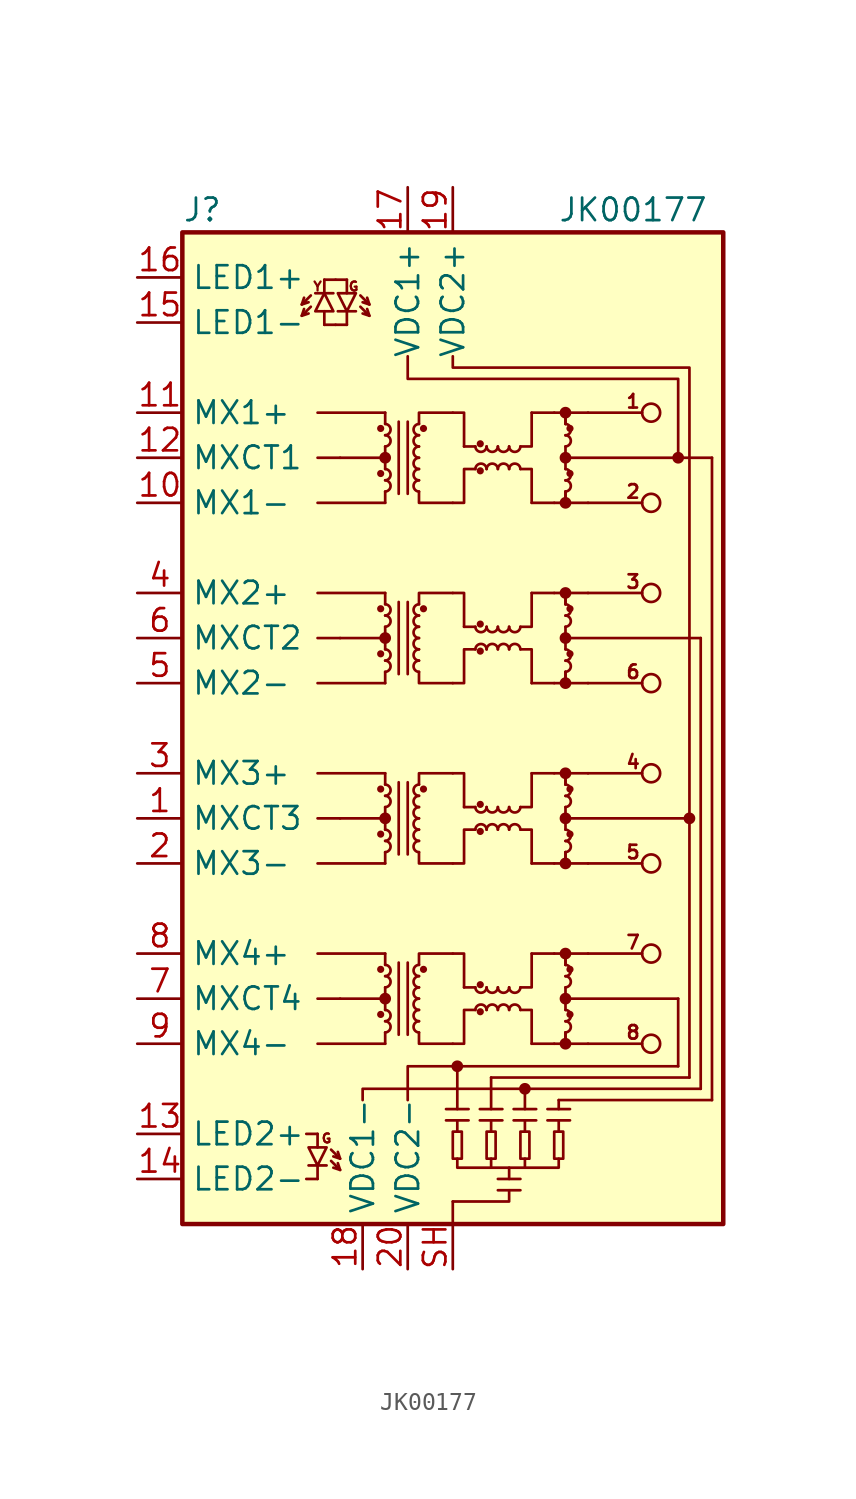
<source format=kicad_sym>
(kicad_symbol_lib
  (version 20220914)
  (generator kicad_symbol_editor)
  (symbol "JK00177"
    (property "Reference" "J"
      (at -15.24 29.21 0)
      (effects (font (size 1.27 1.27)) (justify left)))
    (property "Value" "JK00177"
      (at 10.16 29.21 0)
      (effects (font (size 1.27 1.27))))
    (symbol "JK00177_0_0"
      (text "" (at -7.874 24.892 900) (effects (font (size 1.27 1.27))))
      (text "1" (at 10.16 18.415 0) (effects (font (size 0.762 0.762))))
      (text "2" (at 10.16 13.335 0) (effects (font (size 0.762 0.762))))
      (text "3" (at 10.16 8.255 0) (effects (font (size 0.762 0.762))))
      (text "4" (at 10.16 -1.905 0) (effects (font (size 0.762 0.762))))
      (text "5" (at 10.16 -6.985 0) (effects (font (size 0.762 0.762))))
      (text "6" (at 10.16 3.175 0) (effects (font (size 0.762 0.762))))
      (text "7" (at 10.16 -12.065 0) (effects (font (size 0.762 0.762))))
      (text "8" (at 10.16 -17.145 0) (effects (font (size 0.762 0.762))))
      (text "G" (at -7.112 -23.114 0) (effects (font (size 0.508 0.508))))
      (text "G" (at -5.588 24.892 0) (effects (font (size 0.508 0.508))))
      (text "Y" (at -7.62 24.892 0) (effects (font (size 0.508 0.508)))))
    (symbol "JK00177_0_1"
      (rectangle (start -15.24 27.94) (end 15.24 -27.94) (stroke (width 0.254) (type default)) (fill (type background)))
      (circle (center -4.064 -16.129) (radius 0.127) (stroke (width 0) (type default)) (fill (type outline)))
      (circle (center -4.064 -13.589) (radius 0.127) (stroke (width 0) (type default)) (fill (type outline)))
      (circle (center -4.064 -5.969) (radius 0.127) (stroke (width 0) (type default)) (fill (type outline)))
      (circle (center -4.064 -3.429) (radius 0.127) (stroke (width 0) (type default)) (fill (type outline)))
      (circle (center -4.064 4.191) (radius 0.127) (stroke (width 0) (type default)) (fill (type outline)))
      (circle (center -4.064 6.731) (radius 0.127) (stroke (width 0) (type default)) (fill (type outline)))
      (circle (center -4.064 14.351) (radius 0.127) (stroke (width 0) (type default)) (fill (type outline)))
      (circle (center -4.064 16.891) (radius 0.127) (stroke (width 0) (type default)) (fill (type outline)))
      (arc (start -3.81 -17.145) (mid -3.5052 -16.8402) (end -3.81 -16.51) (stroke (width 0) (type default)) (fill (type none)))
      (arc (start -3.81 -16.51) (mid -3.5052 -16.2052) (end -3.81 -15.875) (stroke (width 0) (type default)) (fill (type none)))
      (circle (center -3.81 -15.24) (radius 0.254) (stroke (width 0) (type default)) (fill (type outline)))
      (arc (start -3.81 -14.605) (mid -3.5052 -14.3002) (end -3.81 -13.97) (stroke (width 0) (type default)) (fill (type none)))
      (arc (start -3.81 -13.97) (mid -3.5052 -13.6652) (end -3.81 -13.335) (stroke (width 0) (type default)) (fill (type none)))
      (arc (start -3.81 -6.985) (mid -3.5052 -6.6802) (end -3.81 -6.35) (stroke (width 0) (type default)) (fill (type none)))
      (arc (start -3.81 -6.35) (mid -3.5052 -6.0452) (end -3.81 -5.715) (stroke (width 0) (type default)) (fill (type none)))
      (circle (center -3.81 -5.08) (radius 0.254) (stroke (width 0) (type default)) (fill (type outline)))
      (arc (start -3.81 -4.445) (mid -3.5052 -4.1402) (end -3.81 -3.81) (stroke (width 0) (type default)) (fill (type none)))
      (arc (start -3.81 -3.81) (mid -3.5052 -3.5052) (end -3.81 -3.175) (stroke (width 0) (type default)) (fill (type none)))
      (arc (start -3.81 3.175) (mid -3.5052 3.4798) (end -3.81 3.81) (stroke (width 0) (type default)) (fill (type none)))
      (arc (start -3.81 3.81) (mid -3.5052 4.1148) (end -3.81 4.445) (stroke (width 0) (type default)) (fill (type none)))
      (circle (center -3.81 5.08) (radius 0.254) (stroke (width 0) (type default)) (fill (type outline)))
      (arc (start -3.81 5.715) (mid -3.5052 6.0198) (end -3.81 6.35) (stroke (width 0) (type default)) (fill (type none)))
      (arc (start -3.81 6.35) (mid -3.5052 6.6548) (end -3.81 6.985) (stroke (width 0) (type default)) (fill (type none)))
      (arc (start -3.81 13.335) (mid -3.5052 13.6398) (end -3.81 13.97) (stroke (width 0) (type default)) (fill (type none)))
      (arc (start -3.81 13.97) (mid -3.5052 14.2748) (end -3.81 14.605) (stroke (width 0) (type default)) (fill (type none)))
      (circle (center -3.81 15.24) (radius 0.254) (stroke (width 0) (type default)) (fill (type outline)))
      (arc (start -3.81 15.875) (mid -3.5052 16.1798) (end -3.81 16.51) (stroke (width 0) (type default)) (fill (type none)))
      (arc (start -3.81 16.51) (mid -3.5052 16.8148) (end -3.81 17.145) (stroke (width 0) (type default)) (fill (type none)))
      (arc (start -1.905 -16.51) (mid -2.2098 -16.8148) (end -1.905 -17.145) (stroke (width 0) (type default)) (fill (type none)))
      (arc (start -1.905 -15.875) (mid -2.2098 -16.1798) (end -1.905 -16.51) (stroke (width 0) (type default)) (fill (type none)))
      (arc (start -1.905 -15.24) (mid -2.2098 -15.5448) (end -1.905 -15.875) (stroke (width 0) (type default)) (fill (type none)))
      (arc (start -1.905 -14.605) (mid -2.2098 -14.9098) (end -1.905 -15.24) (stroke (width 0) (type default)) (fill (type none)))
      (arc (start -1.905 -13.97) (mid -2.2098 -14.2748) (end -1.905 -14.605) (stroke (width 0) (type default)) (fill (type none)))
      (arc (start -1.905 -13.335) (mid -2.2098 -13.6398) (end -1.905 -13.97) (stroke (width 0) (type default)) (fill (type none)))
      (arc (start -1.905 -6.35) (mid -2.2098 -6.6548) (end -1.905 -6.985) (stroke (width 0) (type default)) (fill (type none)))
      (arc (start -1.905 -5.715) (mid -2.2098 -6.0198) (end -1.905 -6.35) (stroke (width 0) (type default)) (fill (type none)))
      (arc (start -1.905 -5.08) (mid -2.2098 -5.3848) (end -1.905 -5.715) (stroke (width 0) (type default)) (fill (type none)))
      (arc (start -1.905 -4.445) (mid -2.2098 -4.7498) (end -1.905 -5.08) (stroke (width 0) (type default)) (fill (type none)))
      (arc (start -1.905 -3.81) (mid -2.2098 -4.1148) (end -1.905 -4.445) (stroke (width 0) (type default)) (fill (type none)))
      (arc (start -1.905 -3.175) (mid -2.2098 -3.4798) (end -1.905 -3.81) (stroke (width 0) (type default)) (fill (type none)))
      (arc (start -1.905 3.81) (mid -2.2098 3.5052) (end -1.905 3.175) (stroke (width 0) (type default)) (fill (type none)))
      (arc (start -1.905 4.445) (mid -2.2098 4.1402) (end -1.905 3.81) (stroke (width 0) (type default)) (fill (type none)))
      (arc (start -1.905 5.08) (mid -2.2098 4.7752) (end -1.905 4.445) (stroke (width 0) (type default)) (fill (type none)))
      (arc (start -1.905 5.715) (mid -2.2098 5.4102) (end -1.905 5.08) (stroke (width 0) (type default)) (fill (type none)))
      (arc (start -1.905 6.35) (mid -2.2098 6.0452) (end -1.905 5.715) (stroke (width 0) (type default)) (fill (type none)))
      (arc (start -1.905 6.985) (mid -2.2098 6.6802) (end -1.905 6.35) (stroke (width 0) (type default)) (fill (type none)))
      (arc (start -1.905 13.97) (mid -2.2098 13.6652) (end -1.905 13.335) (stroke (width 0) (type default)) (fill (type none)))
      (arc (start -1.905 14.605) (mid -2.2098 14.3002) (end -1.905 13.97) (stroke (width 0) (type default)) (fill (type none)))
      (arc (start -1.905 15.24) (mid -2.2098 14.9352) (end -1.905 14.605) (stroke (width 0) (type default)) (fill (type none)))
      (arc (start -1.905 15.875) (mid -2.2098 15.5702) (end -1.905 15.24) (stroke (width 0) (type default)) (fill (type none)))
      (arc (start -1.905 16.51) (mid -2.2098 16.2052) (end -1.905 15.875) (stroke (width 0) (type default)) (fill (type none)))
      (arc (start -1.905 17.145) (mid -2.2098 16.8402) (end -1.905 16.51) (stroke (width 0) (type default)) (fill (type none)))
      (circle (center -1.651 -13.589) (radius 0.127) (stroke (width 0) (type default)) (fill (type outline)))
      (circle (center -1.651 -3.429) (radius 0.127) (stroke (width 0) (type default)) (fill (type outline)))
      (circle (center -1.651 6.731) (radius 0.127) (stroke (width 0) (type default)) (fill (type outline)))
      (circle (center -1.651 16.891) (radius 0.127) (stroke (width 0) (type default)) (fill (type outline)))
      (rectangle (start 0 -22.733) (end 0.508 -24.257) (stroke (width 0.152) (type default)) (fill (type none)))
      (polyline (pts (xy -7.62 -17.78) (xy -3.81 -17.78)) (stroke (width 0) (type default)) (fill (type none)))
      (polyline (pts (xy -7.62 -15.24) (xy -6.35 -15.24)) (stroke (width 0) (type default)) (fill (type none)))
      (polyline (pts (xy -7.62 -12.7) (xy -3.81 -12.7)) (stroke (width 0) (type default)) (fill (type none)))
      (polyline (pts (xy -7.62 -7.62) (xy -3.81 -7.62)) (stroke (width 0) (type default)) (fill (type none)))
      (polyline (pts (xy -7.62 -5.08) (xy -6.35 -5.08)) (stroke (width 0) (type default)) (fill (type none)))
      (polyline (pts (xy -7.62 -2.54) (xy -3.81 -2.54)) (stroke (width 0) (type default)) (fill (type none)))
      (polyline (pts (xy -7.62 2.54) (xy -3.81 2.54)) (stroke (width 0) (type default)) (fill (type none)))
      (polyline (pts (xy -7.62 5.08) (xy -6.35 5.08)) (stroke (width 0) (type default)) (fill (type none)))
      (polyline (pts (xy -7.62 7.62) (xy -3.81 7.62)) (stroke (width 0) (type default)) (fill (type none)))
      (polyline (pts (xy -7.62 12.7) (xy -3.81 12.7)) (stroke (width 0) (type default)) (fill (type none)))
      (polyline (pts (xy -7.62 15.24) (xy -6.35 15.24)) (stroke (width 0) (type default)) (fill (type none)))
      (polyline (pts (xy -7.62 17.78) (xy -3.81 17.78)) (stroke (width 0) (type default)) (fill (type none)))
      (polyline (pts (xy -6.35 -15.24) (xy -3.81 -15.24)) (stroke (width 0) (type default)) (fill (type none)))
      (polyline (pts (xy -6.35 -5.08) (xy -3.81 -5.08)) (stroke (width 0) (type default)) (fill (type none)))
      (polyline (pts (xy -6.35 5.08) (xy -3.81 5.08)) (stroke (width 0) (type default)) (fill (type none)))
      (polyline (pts (xy -6.35 15.24) (xy -3.81 15.24)) (stroke (width 0) (type default)) (fill (type none)))
      (polyline (pts (xy -3.81 -17.78) (xy -3.81 -17.145)) (stroke (width 0) (type default)) (fill (type none)))
      (polyline (pts (xy -3.81 -15.24) (xy -3.81 -15.875)) (stroke (width 0) (type default)) (fill (type none)))
      (polyline (pts (xy -3.81 -15.24) (xy -3.81 -14.605)) (stroke (width 0) (type default)) (fill (type none)))
      (polyline (pts (xy -3.81 -12.7) (xy -3.81 -13.335)) (stroke (width 0) (type default)) (fill (type none)))
      (polyline (pts (xy -3.81 -7.62) (xy -3.81 -6.985)) (stroke (width 0) (type default)) (fill (type none)))
      (polyline (pts (xy -3.81 -5.08) (xy -3.81 -5.715)) (stroke (width 0) (type default)) (fill (type none)))
      (polyline (pts (xy -3.81 -5.08) (xy -3.81 -4.445)) (stroke (width 0) (type default)) (fill (type none)))
      (polyline (pts (xy -3.81 -2.54) (xy -3.81 -3.175)) (stroke (width 0) (type default)) (fill (type none)))
      (polyline (pts (xy -3.81 2.54) (xy -3.81 3.175)) (stroke (width 0) (type default)) (fill (type none)))
      (polyline (pts (xy -3.81 5.08) (xy -3.81 4.445)) (stroke (width 0) (type default)) (fill (type none)))
      (polyline (pts (xy -3.81 5.08) (xy -3.81 5.715)) (stroke (width 0) (type default)) (fill (type none)))
      (polyline (pts (xy -3.81 7.62) (xy -3.81 6.985)) (stroke (width 0) (type default)) (fill (type none)))
      (polyline (pts (xy -3.81 12.7) (xy -3.81 13.335)) (stroke (width 0) (type default)) (fill (type none)))
      (polyline (pts (xy -3.81 15.24) (xy -3.81 14.605)) (stroke (width 0) (type default)) (fill (type none)))
      (polyline (pts (xy -3.81 15.24) (xy -3.81 15.875)) (stroke (width 0) (type default)) (fill (type none)))
      (polyline (pts (xy -3.81 17.78) (xy -3.81 17.145)) (stroke (width 0) (type default)) (fill (type none)))
      (polyline (pts (xy -3.048 -17.272) (xy -3.048 -13.208)) (stroke (width 0) (type default)) (fill (type none)))
      (polyline (pts (xy -3.048 -7.112) (xy -3.048 -3.048)) (stroke (width 0) (type default)) (fill (type none)))
      (polyline (pts (xy -3.048 3.048) (xy -3.048 7.112)) (stroke (width 0) (type default)) (fill (type none)))
      (polyline (pts (xy -3.048 13.208) (xy -3.048 17.272)) (stroke (width 0) (type default)) (fill (type none)))
      (polyline (pts (xy -2.54 -17.272) (xy -2.54 -13.208)) (stroke (width 0) (type default)) (fill (type none)))
      (polyline (pts (xy -2.54 -7.112) (xy -2.54 -3.048)) (stroke (width 0) (type default)) (fill (type none)))
      (polyline (pts (xy -2.54 3.048) (xy -2.54 7.112)) (stroke (width 0) (type default)) (fill (type none)))
      (polyline (pts (xy -2.54 13.208) (xy -2.54 17.272)) (stroke (width 0) (type default)) (fill (type none)))
      (polyline (pts (xy -0.381 -22.098) (xy 0.889 -22.098)) (stroke (width 0.152) (type default)) (fill (type none)))
      (polyline (pts (xy -0.381 -21.463) (xy 0.889 -21.463)) (stroke (width 0.152) (type default)) (fill (type none)))
      (polyline (pts (xy 0 -27.94) (xy 0 -26.67)) (stroke (width 0.152) (type default)) (fill (type none)))
      (polyline (pts (xy 0.254 -21.463) (xy 0.254 -19.05)) (stroke (width 0.152) (type default)) (fill (type none)))
      (polyline (pts (xy 0.254 -19.05) (xy 12.7 -19.05)) (stroke (width 0) (type default)) (fill (type none)))
      (polyline (pts (xy 0.635 -14.605) (xy 1.27 -14.605)) (stroke (width 0) (type default)) (fill (type none)))
      (polyline (pts (xy 0.635 -4.445) (xy 1.27 -4.445)) (stroke (width 0) (type default)) (fill (type none)))
      (polyline (pts (xy 0.635 5.715) (xy 1.27 5.715)) (stroke (width 0) (type default)) (fill (type none)))
      (polyline (pts (xy 0.635 15.875) (xy 1.27 15.875)) (stroke (width 0) (type default)) (fill (type none)))
      (polyline (pts (xy 1.524 -22.098) (xy 2.794 -22.098)) (stroke (width 0.152) (type default)) (fill (type none)))
      (polyline (pts (xy 1.524 -21.463) (xy 2.794 -21.463)) (stroke (width 0.152) (type default)) (fill (type none)))
      (polyline (pts (xy 2.159 -24.257) (xy 2.159 -24.765)) (stroke (width 0.152) (type default)) (fill (type none)))
      (polyline (pts (xy 2.159 -21.463) (xy 2.159 -19.685)) (stroke (width 0.152) (type default)) (fill (type none)))
      (polyline (pts (xy 3.429 -22.098) (xy 4.699 -22.098)) (stroke (width 0.152) (type default)) (fill (type none)))
      (polyline (pts (xy 3.429 -21.463) (xy 4.699 -21.463)) (stroke (width 0.152) (type default)) (fill (type none)))
      (polyline (pts (xy 3.81 -26.035) (xy 2.54 -26.035)) (stroke (width 0.152) (type default)) (fill (type none)))
      (polyline (pts (xy 3.81 -25.4) (xy 2.54 -25.4)) (stroke (width 0.152) (type default)) (fill (type none)))
      (polyline (pts (xy 4.064 -24.257) (xy 4.064 -24.765)) (stroke (width 0.152) (type default)) (fill (type none)))
      (polyline (pts (xy 4.064 -21.463) (xy 4.064 -20.32)) (stroke (width 0.152) (type default)) (fill (type none)))
      (polyline (pts (xy 4.445 -17.78) (xy 5.715 -17.78)) (stroke (width 0) (type default)) (fill (type none)))
      (polyline (pts (xy 4.445 -12.7) (xy 5.715 -12.7)) (stroke (width 0) (type default)) (fill (type none)))
      (polyline (pts (xy 4.445 -7.62) (xy 5.715 -7.62)) (stroke (width 0) (type default)) (fill (type none)))
      (polyline (pts (xy 4.445 -2.54) (xy 5.715 -2.54)) (stroke (width 0) (type default)) (fill (type none)))
      (polyline (pts (xy 4.445 2.54) (xy 5.715 2.54)) (stroke (width 0) (type default)) (fill (type none)))
      (polyline (pts (xy 4.445 7.62) (xy 5.715 7.62)) (stroke (width 0) (type default)) (fill (type none)))
      (polyline (pts (xy 4.445 12.7) (xy 5.715 12.7)) (stroke (width 0) (type default)) (fill (type none)))
      (polyline (pts (xy 4.445 17.78) (xy 5.715 17.78)) (stroke (width 0) (type default)) (fill (type none)))
      (polyline (pts (xy 5.334 -22.098) (xy 6.604 -22.098)) (stroke (width 0.152) (type default)) (fill (type none)))
      (polyline (pts (xy 5.334 -21.463) (xy 6.604 -21.463)) (stroke (width 0.152) (type default)) (fill (type none)))
      (polyline (pts (xy 5.969 -21.463) (xy 5.969 -20.955)) (stroke (width 0.152) (type default)) (fill (type none)))
      (polyline (pts (xy 6.35 -17.78) (xy 6.35 -17.145)) (stroke (width 0) (type default)) (fill (type none)))
      (polyline (pts (xy 6.35 -15.24) (xy 6.35 -15.875)) (stroke (width 0) (type default)) (fill (type none)))
      (polyline (pts (xy 6.35 -15.24) (xy 6.35 -14.605)) (stroke (width 0) (type default)) (fill (type none)))
      (polyline (pts (xy 6.35 -15.24) (xy 12.7 -15.24)) (stroke (width 0) (type default)) (fill (type none)))
      (polyline (pts (xy 6.35 -12.7) (xy 6.35 -13.335)) (stroke (width 0) (type default)) (fill (type none)))
      (polyline (pts (xy 6.35 -7.62) (xy 6.35 -6.985)) (stroke (width 0) (type default)) (fill (type none)))
      (polyline (pts (xy 6.35 -5.08) (xy 6.35 -5.715)) (stroke (width 0) (type default)) (fill (type none)))
      (polyline (pts (xy 6.35 -5.08) (xy 6.35 -4.445)) (stroke (width 0) (type default)) (fill (type none)))
      (polyline (pts (xy 6.35 -5.08) (xy 13.335 -5.08)) (stroke (width 0) (type default)) (fill (type none)))
      (polyline (pts (xy 6.35 -2.54) (xy 6.35 -3.175)) (stroke (width 0) (type default)) (fill (type none)))
      (polyline (pts (xy 6.35 2.54) (xy 6.35 3.175)) (stroke (width 0) (type default)) (fill (type none)))
      (polyline (pts (xy 6.35 5.08) (xy 6.35 4.445)) (stroke (width 0) (type default)) (fill (type none)))
      (polyline (pts (xy 6.35 5.08) (xy 6.35 5.715)) (stroke (width 0) (type default)) (fill (type none)))
      (polyline (pts (xy 6.35 7.62) (xy 6.35 6.985)) (stroke (width 0) (type default)) (fill (type none)))
      (polyline (pts (xy 6.35 12.7) (xy 6.35 13.335)) (stroke (width 0) (type default)) (fill (type none)))
      (polyline (pts (xy 6.35 15.24) (xy 6.35 14.605)) (stroke (width 0) (type default)) (fill (type none)))
      (polyline (pts (xy 6.35 15.24) (xy 6.35 15.875)) (stroke (width 0) (type default)) (fill (type none)))
      (polyline (pts (xy 6.35 17.78) (xy 6.35 17.145)) (stroke (width 0) (type default)) (fill (type none)))
      (polyline (pts (xy 7.62 -17.78) (xy 6.35 -17.78)) (stroke (width 0) (type default)) (fill (type none)))
      (polyline (pts (xy 7.62 -17.78) (xy 10.668 -17.78)) (stroke (width 0) (type default)) (fill (type none)))
      (polyline (pts (xy 7.62 -12.7) (xy 6.35 -12.7)) (stroke (width 0) (type default)) (fill (type none)))
      (polyline (pts (xy 7.62 -12.7) (xy 10.668 -12.7)) (stroke (width 0) (type default)) (fill (type none)))
      (polyline (pts (xy 7.62 -7.62) (xy 6.35 -7.62)) (stroke (width 0) (type default)) (fill (type none)))
      (polyline (pts (xy 7.62 -7.62) (xy 10.668 -7.62)) (stroke (width 0) (type default)) (fill (type none)))
      (polyline (pts (xy 7.62 -2.54) (xy 6.35 -2.54)) (stroke (width 0) (type default)) (fill (type none)))
      (polyline (pts (xy 7.62 -2.54) (xy 10.668 -2.54)) (stroke (width 0) (type default)) (fill (type none)))
      (polyline (pts (xy 7.62 2.54) (xy 6.35 2.54)) (stroke (width 0) (type default)) (fill (type none)))
      (polyline (pts (xy 7.62 2.54) (xy 10.668 2.54)) (stroke (width 0) (type default)) (fill (type none)))
      (polyline (pts (xy 7.62 7.62) (xy 6.35 7.62)) (stroke (width 0) (type default)) (fill (type none)))
      (polyline (pts (xy 7.62 7.62) (xy 10.668 7.62)) (stroke (width 0) (type default)) (fill (type none)))
      (polyline (pts (xy 7.62 12.7) (xy 6.35 12.7)) (stroke (width 0) (type default)) (fill (type none)))
      (polyline (pts (xy 7.62 12.7) (xy 10.668 12.7)) (stroke (width 0) (type default)) (fill (type none)))
      (polyline (pts (xy 7.62 17.78) (xy 6.35 17.78)) (stroke (width 0) (type default)) (fill (type none)))
      (polyline (pts (xy 7.62 17.78) (xy 10.668 17.78)) (stroke (width 0) (type default)) (fill (type none)))
      (polyline (pts (xy 12.7 -19.05) (xy 12.7 -15.24)) (stroke (width 0) (type default)) (fill (type none)))
      (polyline (pts (xy 13.335 -19.685) (xy 2.159 -19.685)) (stroke (width 0.152) (type default)) (fill (type none)))
      (polyline (pts (xy 13.335 -19.685) (xy 13.335 -5.08)) (stroke (width 0) (type default)) (fill (type none)))
      (polyline (pts (xy 13.97 -20.32) (xy 4.064 -20.32)) (stroke (width 0.152) (type default)) (fill (type none)))
      (polyline (pts (xy 13.97 -20.32) (xy 13.97 5.08)) (stroke (width 0) (type default)) (fill (type none)))
      (polyline (pts (xy 13.97 5.08) (xy 6.35 5.08)) (stroke (width 0) (type default)) (fill (type none)))
      (polyline (pts (xy 14.605 -20.955) (xy 5.969 -20.955)) (stroke (width 0.152) (type default)) (fill (type none)))
      (polyline (pts (xy 14.605 -20.955) (xy 14.605 15.24)) (stroke (width 0) (type default)) (fill (type none)))
      (polyline (pts (xy 14.605 15.24) (xy 6.35 15.24)) (stroke (width 0) (type default)) (fill (type none)))
      (polyline (pts (xy -2.54 -20.955) (xy -2.54 -19.05) (xy 0.254 -19.05)) (stroke (width 0.152) (type default)) (fill (type none)))
      (polyline (pts (xy -1.905 -17.145) (xy -1.905 -17.78) (xy 0 -17.78)) (stroke (width 0) (type default)) (fill (type none)))
      (polyline (pts (xy -1.905 -13.335) (xy -1.905 -12.7) (xy 0 -12.7)) (stroke (width 0) (type default)) (fill (type none)))
      (polyline (pts (xy -1.905 -6.985) (xy -1.905 -7.62) (xy 0 -7.62)) (stroke (width 0) (type default)) (fill (type none)))
      (polyline (pts (xy -1.905 -3.175) (xy -1.905 -2.54) (xy 0 -2.54)) (stroke (width 0) (type default)) (fill (type none)))
      (polyline (pts (xy -1.905 3.175) (xy -1.905 2.54) (xy 0 2.54)) (stroke (width 0) (type default)) (fill (type none)))
      (polyline (pts (xy -1.905 6.985) (xy -1.905 7.62) (xy 0 7.62)) (stroke (width 0) (type default)) (fill (type none)))
      (polyline (pts (xy -1.905 13.335) (xy -1.905 12.7) (xy 0 12.7)) (stroke (width 0) (type default)) (fill (type none)))
      (polyline (pts (xy -1.905 17.145) (xy -1.905 17.78) (xy 0 17.78)) (stroke (width 0) (type default)) (fill (type none)))
      (polyline (pts (xy 0 -26.67) (xy 3.175 -26.67) (xy 3.175 -26.035)) (stroke (width 0.152) (type default)) (fill (type none)))
      (polyline (pts (xy 0 -12.7) (xy 0.635 -12.7) (xy 0.635 -14.605)) (stroke (width 0) (type default)) (fill (type none)))
      (polyline (pts (xy 0 -2.54) (xy 0.635 -2.54) (xy 0.635 -4.445)) (stroke (width 0) (type default)) (fill (type none)))
      (polyline (pts (xy 0 7.62) (xy 0.635 7.62) (xy 0.635 5.715)) (stroke (width 0) (type default)) (fill (type none)))
      (polyline (pts (xy 0 17.78) (xy 0.635 17.78) (xy 0.635 15.875)) (stroke (width 0) (type default)) (fill (type none)))
      (polyline (pts (xy 3.81 -15.875) (xy 4.445 -15.875) (xy 4.445 -17.78)) (stroke (width 0) (type default)) (fill (type none)))
      (polyline (pts (xy 3.81 -14.605) (xy 4.445 -14.605) (xy 4.445 -12.7)) (stroke (width 0) (type default)) (fill (type none)))
      (polyline (pts (xy 3.81 -5.715) (xy 4.445 -5.715) (xy 4.445 -7.62)) (stroke (width 0) (type default)) (fill (type none)))
      (polyline (pts (xy 3.81 -4.445) (xy 4.445 -4.445) (xy 4.445 -2.54)) (stroke (width 0) (type default)) (fill (type none)))
      (polyline (pts (xy 3.81 4.445) (xy 4.445 4.445) (xy 4.445 2.54)) (stroke (width 0) (type default)) (fill (type none)))
      (polyline (pts (xy 3.81 5.715) (xy 4.445 5.715) (xy 4.445 7.62)) (stroke (width 0) (type default)) (fill (type none)))
      (polyline (pts (xy 3.81 14.605) (xy 4.445 14.605) (xy 4.445 12.7)) (stroke (width 0) (type default)) (fill (type none)))
      (polyline (pts (xy 3.81 15.875) (xy 4.445 15.875) (xy 4.445 17.78)) (stroke (width 0) (type default)) (fill (type none)))
      (polyline (pts (xy 4.064 -20.32) (xy -5.08 -20.32) (xy -5.08 -20.955)) (stroke (width 0.152) (type default)) (fill (type none)))
      (polyline (pts (xy 5.715 -17.78) (xy 6.35 -17.78) (xy 6.35 -17.145)) (stroke (width 0) (type default)) (fill (type none)))
      (polyline (pts (xy 5.715 -12.7) (xy 6.35 -12.7) (xy 6.35 -13.335)) (stroke (width 0) (type default)) (fill (type none)))
      (polyline (pts (xy 5.715 -7.62) (xy 6.35 -7.62) (xy 6.35 -6.985)) (stroke (width 0) (type default)) (fill (type none)))
      (polyline (pts (xy 5.715 -2.54) (xy 6.35 -2.54) (xy 6.35 -3.175)) (stroke (width 0) (type default)) (fill (type none)))
      (polyline (pts (xy 5.715 2.54) (xy 6.35 2.54) (xy 6.35 3.175)) (stroke (width 0) (type default)) (fill (type none)))
      (polyline (pts (xy 5.715 7.62) (xy 6.35 7.62) (xy 6.35 6.985)) (stroke (width 0) (type default)) (fill (type none)))
      (polyline (pts (xy 5.715 12.7) (xy 6.35 12.7) (xy 6.35 13.335)) (stroke (width 0) (type default)) (fill (type none)))
      (polyline (pts (xy 5.715 17.78) (xy 6.35 17.78) (xy 6.35 17.145)) (stroke (width 0) (type default)) (fill (type none)))
      (polyline (pts (xy -2.54 20.955) (xy -2.54 19.685) (xy 12.7 19.685) (xy 12.7 15.24)) (stroke (width 0.152) (type default)) (fill (type none)))
      (polyline (pts (xy 0 -17.78) (xy 0.635 -17.78) (xy 0.635 -15.875) (xy 1.27 -15.875)) (stroke (width 0) (type default)) (fill (type none)))
      (polyline (pts (xy 0 -7.62) (xy 0.635 -7.62) (xy 0.635 -5.715) (xy 1.27 -5.715)) (stroke (width 0) (type default)) (fill (type none)))
      (polyline (pts (xy 0 2.54) (xy 0.635 2.54) (xy 0.635 4.445) (xy 1.27 4.445)) (stroke (width 0) (type default)) (fill (type none)))
      (polyline (pts (xy 0 12.7) (xy 0.635 12.7) (xy 0.635 14.605) (xy 1.27 14.605)) (stroke (width 0) (type default)) (fill (type none)))
      (polyline (pts (xy 0.254 -24.257) (xy 0.254 -24.765) (xy 5.969 -24.765) (xy 5.969 -24.257)) (stroke (width 0.152) (type default)) (fill (type none)))
      (polyline (pts (xy 13.335 -5.08) (xy 13.335 20.32) (xy 0 20.32) (xy 0 20.955)) (stroke (width 0.152) (type default)) (fill (type none)))
      (rectangle (start 0.254 -22.733) (end 0.254 -22.098) (stroke (width 0.152) (type default)) (fill (type none)))
      (circle (center 0.254 -19.05) (radius 0.254) (stroke (width 0) (type default)) (fill (type outline)))
      (arc (start 1.27 -14.605) (mid 1.5748 -14.9098) (end 1.905 -14.605) (stroke (width 0) (type default)) (fill (type none)))
      (arc (start 1.27 -4.445) (mid 1.5748 -4.7498) (end 1.905 -4.445) (stroke (width 0) (type default)) (fill (type none)))
      (arc (start 1.27 5.715) (mid 1.5748 5.4102) (end 1.905 5.715) (stroke (width 0) (type default)) (fill (type none)))
      (arc (start 1.27 15.875) (mid 1.5748 15.5702) (end 1.905 15.875) (stroke (width 0) (type default)) (fill (type none)))
      (circle (center 1.549 -15.977) (radius 0.127) (stroke (width 0) (type default)) (fill (type outline)))
      (circle (center 1.549 -14.453) (radius 0.127) (stroke (width 0) (type default)) (fill (type outline)))
      (circle (center 1.549 -5.817) (radius 0.127) (stroke (width 0) (type default)) (fill (type outline)))
      (circle (center 1.549 -4.293) (radius 0.127) (stroke (width 0) (type default)) (fill (type outline)))
      (circle (center 1.549 4.343) (radius 0.127) (stroke (width 0) (type default)) (fill (type outline)))
      (circle (center 1.549 5.867) (radius 0.127) (stroke (width 0) (type default)) (fill (type outline)))
      (circle (center 1.549 14.503) (radius 0.127) (stroke (width 0) (type default)) (fill (type outline)))
      (circle (center 1.549 16.027) (radius 0.127) (stroke (width 0) (type default)) (fill (type outline)))
      (rectangle (start 1.905 -22.733) (end 2.413 -24.257) (stroke (width 0.152) (type default)) (fill (type none)))
      (arc (start 1.905 -15.875) (mid 1.6002 -15.5702) (end 1.27 -15.875) (stroke (width 0) (type default)) (fill (type none)))
      (arc (start 1.905 -14.605) (mid 2.2098 -14.9098) (end 2.54 -14.605) (stroke (width 0) (type default)) (fill (type none)))
      (arc (start 1.905 -5.715) (mid 1.6002 -5.4102) (end 1.27 -5.715) (stroke (width 0) (type default)) (fill (type none)))
      (arc (start 1.905 -4.445) (mid 2.2098 -4.7498) (end 2.54 -4.445) (stroke (width 0) (type default)) (fill (type none)))
      (arc (start 1.905 4.445) (mid 1.6002 4.7498) (end 1.27 4.445) (stroke (width 0) (type default)) (fill (type none)))
      (arc (start 1.905 5.715) (mid 2.2098 5.4102) (end 2.54 5.715) (stroke (width 0) (type default)) (fill (type none)))
      (arc (start 1.905 14.605) (mid 1.6002 14.9098) (end 1.27 14.605) (stroke (width 0) (type default)) (fill (type none)))
      (arc (start 1.905 15.875) (mid 2.2098 15.5702) (end 2.54 15.875) (stroke (width 0) (type default)) (fill (type none)))
      (rectangle (start 2.159 -22.733) (end 2.159 -22.098) (stroke (width 0.152) (type default)) (fill (type none)))
      (arc (start 2.54 -15.875) (mid 2.2352 -15.5702) (end 1.905 -15.875) (stroke (width 0) (type default)) (fill (type none)))
      (arc (start 2.54 -14.605) (mid 2.8448 -14.9098) (end 3.175 -14.605) (stroke (width 0) (type default)) (fill (type none)))
      (arc (start 2.54 -5.715) (mid 2.2352 -5.4102) (end 1.905 -5.715) (stroke (width 0) (type default)) (fill (type none)))
      (arc (start 2.54 -4.445) (mid 2.8448 -4.7498) (end 3.175 -4.445) (stroke (width 0) (type default)) (fill (type none)))
      (arc (start 2.54 4.445) (mid 2.2352 4.7498) (end 1.905 4.445) (stroke (width 0) (type default)) (fill (type none)))
      (arc (start 2.54 5.715) (mid 2.8448 5.4102) (end 3.175 5.715) (stroke (width 0) (type default)) (fill (type none)))
      (arc (start 2.54 14.605) (mid 2.2352 14.9098) (end 1.905 14.605) (stroke (width 0) (type default)) (fill (type none)))
      (arc (start 2.54 15.875) (mid 2.8448 15.5702) (end 3.175 15.875) (stroke (width 0) (type default)) (fill (type none)))
      (rectangle (start 3.175 -24.765) (end 3.175 -25.4) (stroke (width 0.152) (type default)) (fill (type none)))
      (arc (start 3.175 -15.875) (mid 2.8702 -15.5702) (end 2.54 -15.875) (stroke (width 0) (type default)) (fill (type none)))
      (arc (start 3.175 -14.605) (mid 3.4798 -14.9098) (end 3.81 -14.605) (stroke (width 0) (type default)) (fill (type none)))
      (arc (start 3.175 -5.715) (mid 2.8702 -5.4102) (end 2.54 -5.715) (stroke (width 0) (type default)) (fill (type none)))
      (arc (start 3.175 -4.445) (mid 3.4798 -4.7498) (end 3.81 -4.445) (stroke (width 0) (type default)) (fill (type none)))
      (arc (start 3.175 4.445) (mid 2.8702 4.7498) (end 2.54 4.445) (stroke (width 0) (type default)) (fill (type none)))
      (arc (start 3.175 5.715) (mid 3.4798 5.4102) (end 3.81 5.715) (stroke (width 0) (type default)) (fill (type none)))
      (arc (start 3.175 14.605) (mid 2.8702 14.9098) (end 2.54 14.605) (stroke (width 0) (type default)) (fill (type none)))
      (arc (start 3.175 15.875) (mid 3.4798 15.5702) (end 3.81 15.875) (stroke (width 0) (type default)) (fill (type none)))
      (rectangle (start 3.81 -22.733) (end 4.318 -24.257) (stroke (width 0.152) (type default)) (fill (type none)))
      (arc (start 3.81 -15.875) (mid 3.5052 -15.5702) (end 3.175 -15.875) (stroke (width 0) (type default)) (fill (type none)))
      (arc (start 3.81 -5.715) (mid 3.5052 -5.4102) (end 3.175 -5.715) (stroke (width 0) (type default)) (fill (type none)))
      (arc (start 3.81 4.445) (mid 3.5052 4.7498) (end 3.175 4.445) (stroke (width 0) (type default)) (fill (type none)))
      (arc (start 3.81 14.605) (mid 3.5052 14.9098) (end 3.175 14.605) (stroke (width 0) (type default)) (fill (type none)))
      (rectangle (start 4.064 -22.733) (end 4.064 -22.098) (stroke (width 0.152) (type default)) (fill (type none)))
      (circle (center 4.064 -20.32) (radius 0.254) (stroke (width 0) (type default)) (fill (type outline)))
      (rectangle (start 5.715 -22.733) (end 6.223 -24.257) (stroke (width 0.152) (type default)) (fill (type none)))
      (rectangle (start 5.969 -22.733) (end 5.969 -22.098) (stroke (width 0.152) (type default)) (fill (type none)))
      (circle (center 6.35 -17.78) (radius 0.254) (stroke (width 0) (type default)) (fill (type outline)))
      (arc (start 6.35 -17.145) (mid 6.6548 -16.8275) (end 6.35 -16.51) (stroke (width 0) (type default)) (fill (type none)))
      (arc (start 6.35 -16.51) (mid 6.6548 -16.1925) (end 6.35 -15.875) (stroke (width 0) (type default)) (fill (type none)))
      (circle (center 6.35 -15.24) (radius 0.254) (stroke (width 0) (type default)) (fill (type outline)))
      (arc (start 6.35 -14.605) (mid 6.6548 -14.2875) (end 6.35 -13.97) (stroke (width 0) (type default)) (fill (type none)))
      (arc (start 6.35 -13.97) (mid 6.6548 -13.6525) (end 6.35 -13.335) (stroke (width 0) (type default)) (fill (type none)))
      (circle (center 6.35 -12.7) (radius 0.254) (stroke (width 0) (type default)) (fill (type outline)))
      (circle (center 6.35 -7.62) (radius 0.254) (stroke (width 0) (type default)) (fill (type outline)))
      (arc (start 6.35 -6.985) (mid 6.6548 -6.6675) (end 6.35 -6.35) (stroke (width 0) (type default)) (fill (type none)))
      (arc (start 6.35 -6.35) (mid 6.6548 -6.0325) (end 6.35 -5.715) (stroke (width 0) (type default)) (fill (type none)))
      (circle (center 6.35 -5.08) (radius 0.254) (stroke (width 0) (type default)) (fill (type outline)))
      (arc (start 6.35 -4.445) (mid 6.6548 -4.1275) (end 6.35 -3.81) (stroke (width 0) (type default)) (fill (type none)))
      (arc (start 6.35 -3.81) (mid 6.6548 -3.4925) (end 6.35 -3.175) (stroke (width 0) (type default)) (fill (type none)))
      (circle (center 6.35 -2.54) (radius 0.254) (stroke (width 0) (type default)) (fill (type outline)))
      (circle (center 6.35 2.54) (radius 0.254) (stroke (width 0) (type default)) (fill (type outline)))
      (arc (start 6.35 3.175) (mid 6.6548 3.4925) (end 6.35 3.81) (stroke (width 0) (type default)) (fill (type none)))
      (arc (start 6.35 3.81) (mid 6.6548 4.1275) (end 6.35 4.445) (stroke (width 0) (type default)) (fill (type none)))
      (circle (center 6.35 5.08) (radius 0.254) (stroke (width 0) (type default)) (fill (type outline)))
      (arc (start 6.35 5.715) (mid 6.6548 6.0325) (end 6.35 6.35) (stroke (width 0) (type default)) (fill (type none)))
      (arc (start 6.35 6.35) (mid 6.6548 6.6675) (end 6.35 6.985) (stroke (width 0) (type default)) (fill (type none)))
      (circle (center 6.35 7.62) (radius 0.254) (stroke (width 0) (type default)) (fill (type outline)))
      (circle (center 6.35 12.7) (radius 0.254) (stroke (width 0) (type default)) (fill (type outline)))
      (arc (start 6.35 13.335) (mid 6.6548 13.6525) (end 6.35 13.97) (stroke (width 0) (type default)) (fill (type none)))
      (arc (start 6.35 13.97) (mid 6.6548 14.2875) (end 6.35 14.605) (stroke (width 0) (type default)) (fill (type none)))
      (circle (center 6.35 15.24) (radius 0.254) (stroke (width 0) (type default)) (fill (type outline)))
      (arc (start 6.35 15.875) (mid 6.6548 16.1925) (end 6.35 16.51) (stroke (width 0) (type default)) (fill (type none)))
      (arc (start 6.35 16.51) (mid 6.6548 16.8275) (end 6.35 17.145) (stroke (width 0) (type default)) (fill (type none)))
      (circle (center 6.35 17.78) (radius 0.254) (stroke (width 0) (type default)) (fill (type outline)))
      (circle (center 6.604 -16.129) (radius 0.127) (stroke (width 0) (type default)) (fill (type outline)))
      (circle (center 6.604 -13.589) (radius 0.127) (stroke (width 0) (type default)) (fill (type outline)))
      (circle (center 6.604 -5.969) (radius 0.127) (stroke (width 0) (type default)) (fill (type outline)))
      (circle (center 6.604 -3.429) (radius 0.127) (stroke (width 0) (type default)) (fill (type outline)))
      (circle (center 6.604 4.191) (radius 0.127) (stroke (width 0) (type default)) (fill (type outline)))
      (circle (center 6.604 6.731) (radius 0.127) (stroke (width 0) (type default)) (fill (type outline)))
      (circle (center 6.604 14.351) (radius 0.127) (stroke (width 0) (type default)) (fill (type outline)))
      (circle (center 6.604 16.891) (radius 0.127) (stroke (width 0) (type default)) (fill (type outline)))
      (circle (center 11.176 -17.78) (radius 0.508) (stroke (width 0) (type default)) (fill (type none)))
      (circle (center 11.176 -12.7) (radius 0.508) (stroke (width 0) (type default)) (fill (type none)))
      (circle (center 11.176 -7.62) (radius 0.508) (stroke (width 0) (type default)) (fill (type none)))
      (circle (center 11.176 -2.54) (radius 0.508) (stroke (width 0) (type default)) (fill (type none)))
      (circle (center 11.176 2.54) (radius 0.508) (stroke (width 0) (type default)) (fill (type none)))
      (circle (center 11.176 7.62) (radius 0.508) (stroke (width 0) (type default)) (fill (type none)))
      (circle (center 11.176 12.7) (radius 0.508) (stroke (width 0) (type default)) (fill (type none)))
      (circle (center 11.176 17.78) (radius 0.508) (stroke (width 0) (type default)) (fill (type none)))
      (circle (center 12.7 15.24) (radius 0.254) (stroke (width 0) (type default)) (fill (type outline)))
      (circle (center 13.335 -5.08) (radius 0.254) (stroke (width 0) (type default)) (fill (type outline))))
    (symbol "JK00177_1_1"
      (polyline (pts (xy -8.509 23.241) (xy -8.382 23.622)) (stroke (width 0) (type default)) (fill (type none)))
      (polyline (pts (xy -8.509 23.876) (xy -8.382 24.257)) (stroke (width 0) (type default)) (fill (type none)))
      (polyline (pts (xy -8.255 -25.4) (xy -7.62 -25.4)) (stroke (width 0) (type default)) (fill (type none)))
      (polyline (pts (xy -8.255 -22.86) (xy -7.62 -22.86)) (stroke (width 0) (type default)) (fill (type none)))
      (polyline (pts (xy -8.128 -24.638) (xy -7.112 -24.638)) (stroke (width 0) (type default)) (fill (type none)))
      (polyline (pts (xy -7.62 -25.4) (xy -7.62 -24.638)) (stroke (width 0) (type default)) (fill (type none)))
      (polyline (pts (xy -7.62 -22.86) (xy -7.62 -23.622)) (stroke (width 0) (type default)) (fill (type none)))
      (polyline (pts (xy -7.239 22.733) (xy -7.239 23.495)) (stroke (width 0) (type default)) (fill (type none)))
      (polyline (pts (xy -7.239 25.273) (xy -7.239 24.511)) (stroke (width 0) (type default)) (fill (type none)))
      (polyline (pts (xy -6.731 24.511) (xy -7.747 24.511)) (stroke (width 0) (type default)) (fill (type none)))
      (polyline (pts (xy -6.604 22.733) (xy -7.239 22.733)) (stroke (width 0) (type default)) (fill (type none)))
      (polyline (pts (xy -6.604 22.733) (xy -5.969 22.733)) (stroke (width 0) (type default)) (fill (type none)))
      (polyline (pts (xy -6.604 25.273) (xy -7.239 25.273)) (stroke (width 0) (type default)) (fill (type none)))
      (polyline (pts (xy -6.604 25.273) (xy -5.969 25.273)) (stroke (width 0) (type default)) (fill (type none)))
      (polyline (pts (xy -6.477 23.495) (xy -5.461 23.495)) (stroke (width 0) (type default)) (fill (type none)))
      (polyline (pts (xy -6.35 -24.892) (xy -6.477 -24.511)) (stroke (width 0) (type default)) (fill (type none)))
      (polyline (pts (xy -6.35 -24.257) (xy -6.477 -23.876)) (stroke (width 0) (type default)) (fill (type none)))
      (polyline (pts (xy -5.969 22.733) (xy -5.969 23.495)) (stroke (width 0) (type default)) (fill (type none)))
      (polyline (pts (xy -5.969 25.273) (xy -5.969 24.511)) (stroke (width 0) (type default)) (fill (type none)))
      (polyline (pts (xy -4.699 23.241) (xy -4.826 23.622)) (stroke (width 0) (type default)) (fill (type none)))
      (polyline (pts (xy -4.699 23.876) (xy -4.826 24.257)) (stroke (width 0) (type default)) (fill (type none)))
      (polyline (pts (xy -8.001 23.749) (xy -8.509 23.241) (xy -8.128 23.368)) (stroke (width 0) (type default)) (fill (type none)))
      (polyline (pts (xy -8.001 24.384) (xy -8.509 23.876) (xy -8.128 24.003)) (stroke (width 0) (type default)) (fill (type none)))
      (polyline (pts (xy -6.858 -24.384) (xy -6.35 -24.892) (xy -6.731 -24.765)) (stroke (width 0) (type default)) (fill (type none)))
      (polyline (pts (xy -6.858 -23.749) (xy -6.35 -24.257) (xy -6.731 -24.13)) (stroke (width 0) (type default)) (fill (type none)))
      (polyline (pts (xy -5.207 23.749) (xy -4.699 23.241) (xy -5.08 23.368)) (stroke (width 0) (type default)) (fill (type none)))
      (polyline (pts (xy -5.207 24.384) (xy -4.699 23.876) (xy -5.08 24.003)) (stroke (width 0) (type default)) (fill (type none)))
      (polyline (pts (xy -7.62 -24.638) (xy -8.128 -23.622) (xy -7.112 -23.622) (xy -7.62 -24.638)) (stroke (width 0) (type default)) (fill (type none)))
      (polyline (pts (xy -7.239 24.511) (xy -6.731 23.495) (xy -7.747 23.495) (xy -7.239 24.511)) (stroke (width 0) (type default)) (fill (type none)))
      (polyline (pts (xy -5.969 23.495) (xy -6.477 24.511) (xy -5.461 24.511) (xy -5.969 23.495)) (stroke (width 0) (type default)) (fill (type none)))
      (pin passive line (at -17.78 -5.08 0) (length 2.54) (name "MXCT3" (effects (font (size 1.27 1.27)))) (number "1" (effects (font (size 1.27 1.27)))))
      (pin passive line (at -17.78 12.7 0) (length 2.54) (name "MX1-" (effects (font (size 1.27 1.27)))) (number "10" (effects (font (size 1.27 1.27)))))
      (pin passive line (at -17.78 17.78 0) (length 2.54) (name "MX1+" (effects (font (size 1.27 1.27)))) (number "11" (effects (font (size 1.27 1.27)))))
      (pin passive line (at -17.78 15.24 0) (length 2.54) (name "MXCT1" (effects (font (size 1.27 1.27)))) (number "12" (effects (font (size 1.27 1.27)))))
      (pin passive line (at -17.78 -22.86 0) (length 2.54) (name "LED2+" (effects (font (size 1.27 1.27)))) (number "13" (effects (font (size 1.27 1.27)))))
      (pin passive line (at -17.78 -25.4 0) (length 2.54) (name "LED2-" (effects (font (size 1.27 1.27)))) (number "14" (effects (font (size 1.27 1.27)))))
      (pin passive line (at -17.78 22.86 0) (length 2.54) (name "LED1-" (effects (font (size 1.27 1.27)))) (number "15" (effects (font (size 1.27 1.27)))))
      (pin passive line (at -17.78 25.4 0) (length 2.54) (name "LED1+" (effects (font (size 1.27 1.27)))) (number "16" (effects (font (size 1.27 1.27)))))
      (pin passive line (at -2.54 30.48 270) (length 2.54) (name "VDC1+" (effects (font (size 1.27 1.27)))) (number "17" (effects (font (size 1.27 1.27)))))
      (pin passive line (at -5.08 -30.48 90) (length 2.54) (name "VDC1-" (effects (font (size 1.27 1.27)))) (number "18" (effects (font (size 1.27 1.27)))))
      (pin passive line (at 0 30.48 270) (length 2.54) (name "VDC2+" (effects (font (size 1.27 1.27)))) (number "19" (effects (font (size 1.27 1.27)))))
      (pin passive line (at -17.78 -7.62 0) (length 2.54) (name "MX3-" (effects (font (size 1.27 1.27)))) (number "2" (effects (font (size 1.27 1.27)))))
      (pin passive line (at -2.54 -30.48 90) (length 2.54) (name "VDC2-" (effects (font (size 1.27 1.27)))) (number "20" (effects (font (size 1.27 1.27)))))
      (pin passive line (at -17.78 -2.54 0) (length 2.54) (name "MX3+" (effects (font (size 1.27 1.27)))) (number "3" (effects (font (size 1.27 1.27)))))
      (pin passive line (at -17.78 7.62 0) (length 2.54) (name "MX2+" (effects (font (size 1.27 1.27)))) (number "4" (effects (font (size 1.27 1.27)))))
      (pin passive line (at -17.78 2.54 0) (length 2.54) (name "MX2-" (effects (font (size 1.27 1.27)))) (number "5" (effects (font (size 1.27 1.27)))))
      (pin passive line (at -17.78 5.08 0) (length 2.54) (name "MXCT2" (effects (font (size 1.27 1.27)))) (number "6" (effects (font (size 1.27 1.27)))))
      (pin passive line (at -17.78 -15.24 0) (length 2.54) (name "MXCT4" (effects (font (size 1.27 1.27)))) (number "7" (effects (font (size 1.27 1.27)))))
      (pin passive line (at -17.78 -12.7 0) (length 2.54) (name "MX4+" (effects (font (size 1.27 1.27)))) (number "8" (effects (font (size 1.27 1.27)))))
      (pin passive line (at -17.78 -17.78 0) (length 2.54) (name "MX4-" (effects (font (size 1.27 1.27)))) (number "9" (effects (font (size 1.27 1.27)))))
      (pin passive line (at 0 -30.48 90) (length 2.54) (name "~" (effects (font (size 1.27 1.27)))) (number "SH" (effects (font (size 1.27 1.27))))))))
</source>
